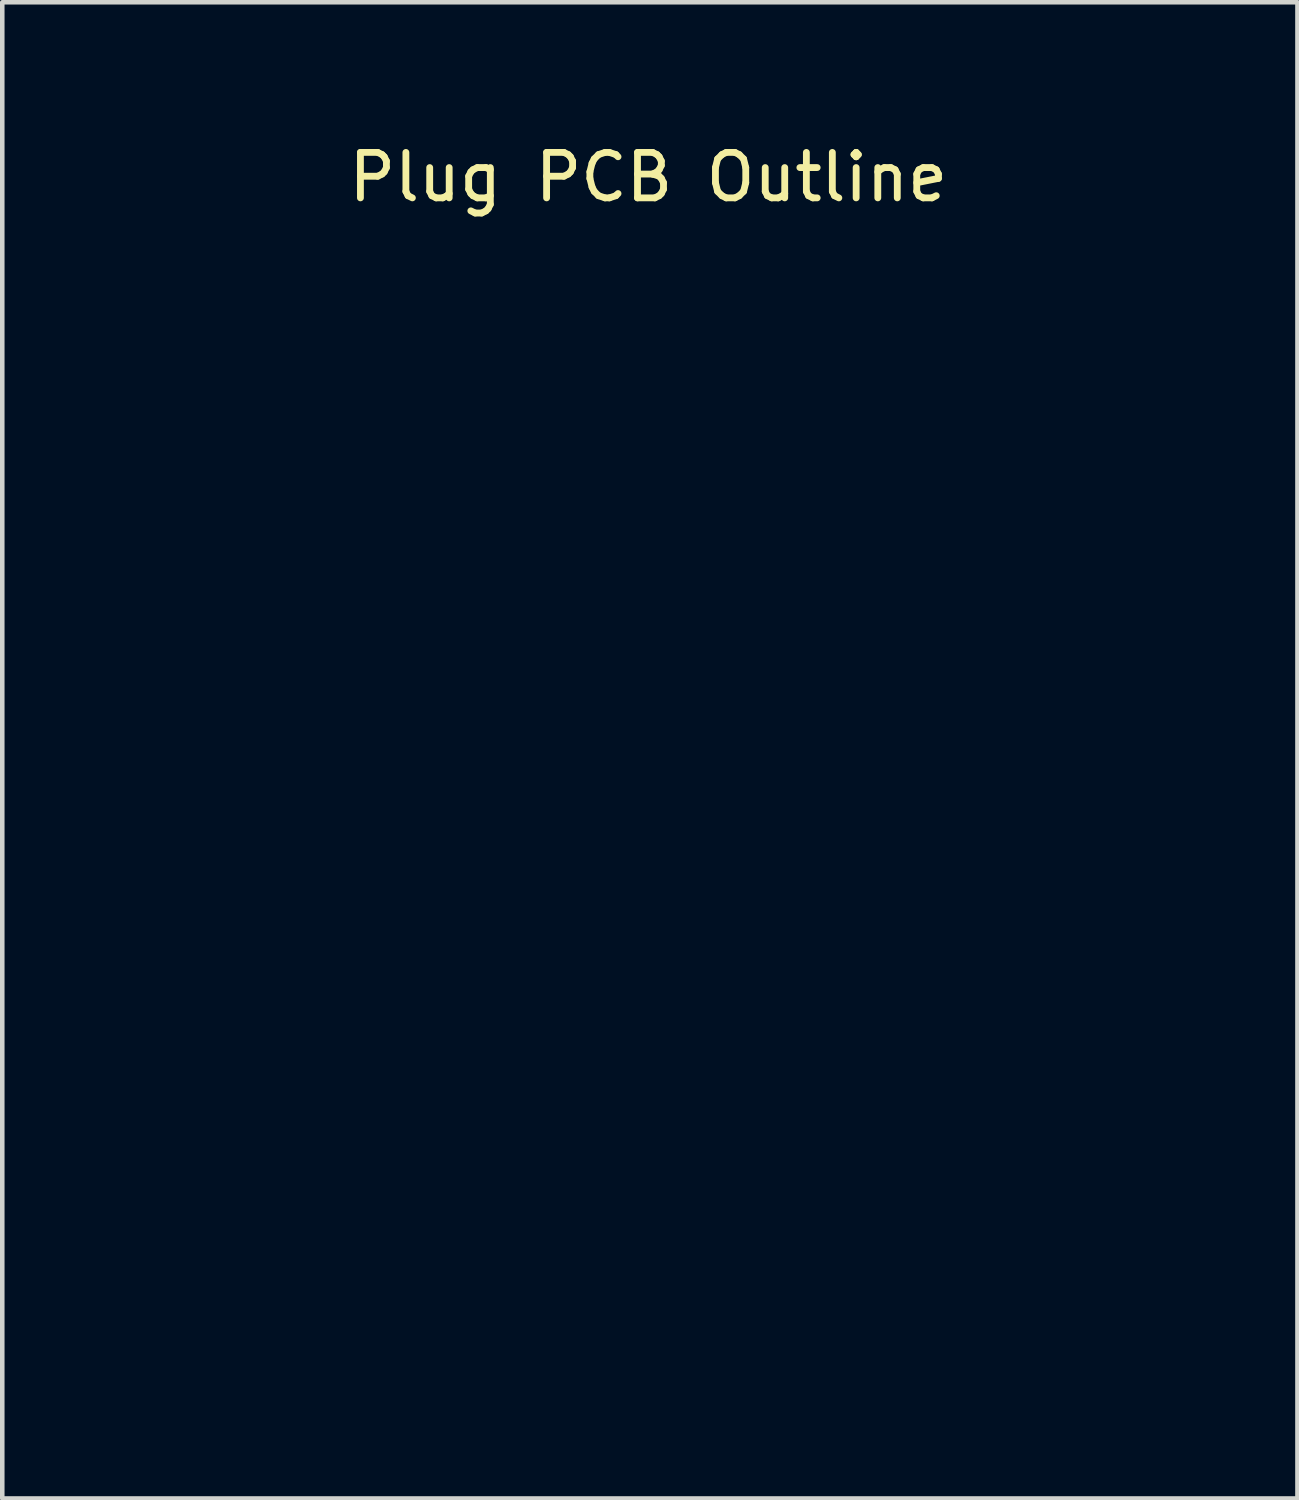
<source format=kicad_pcb>
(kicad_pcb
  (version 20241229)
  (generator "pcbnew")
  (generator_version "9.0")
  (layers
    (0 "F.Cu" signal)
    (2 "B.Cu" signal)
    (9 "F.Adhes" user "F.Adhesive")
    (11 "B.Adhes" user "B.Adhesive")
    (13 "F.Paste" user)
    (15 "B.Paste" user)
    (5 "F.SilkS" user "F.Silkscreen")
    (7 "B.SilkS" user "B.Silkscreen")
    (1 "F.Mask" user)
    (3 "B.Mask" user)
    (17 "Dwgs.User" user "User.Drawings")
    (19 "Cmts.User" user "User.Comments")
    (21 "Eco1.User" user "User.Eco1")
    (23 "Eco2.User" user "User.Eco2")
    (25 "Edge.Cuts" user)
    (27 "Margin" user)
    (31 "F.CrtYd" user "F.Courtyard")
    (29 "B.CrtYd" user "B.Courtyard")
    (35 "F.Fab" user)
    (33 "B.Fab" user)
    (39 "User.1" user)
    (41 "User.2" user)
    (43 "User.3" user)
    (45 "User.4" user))
  (footprint "Plug PCB Outline"
    (layer "F.Cu")
    (at 11.237 14.798)
    (property "Reference" "Plug PCB Outline" (at -0.025 -13.95 0) (unlocked yes) (layer "F.SilkS") (effects (font (size 1 1) (thickness 0.15))))
    (attr smd)
    (fp_poly (pts (xy 9.26 -12.03) (xy 9.464 -11.977) (xy 9.669 -11.906) (xy 9.869 -11.819) (xy 10.055 -11.72) (xy 10.198 -11.627) (xy 10.279 -11.565) (xy 10.369 -11.487) (xy 10.463 -11.399) (xy 10.555 -11.306) (xy 10.641 -11.213) (xy 10.714 -11.127) (xy 10.765 -11.059) (xy 10.9 -10.843) (xy 11.009 -10.626) (xy 11.094 -10.403) (xy 11.155 -10.171) (xy 11.186 -9.99) (xy 11.188 -9.979) (xy 11.189 -9.964) (xy 11.19 -9.944) (xy 11.191 -9.919) (xy 11.192 -9.888) (xy 11.193 -9.851) (xy 11.194 -9.808) (xy 11.195 -9.757) (xy 11.196 -9.698) (xy 11.197 -9.631) (xy 11.198 -9.554) (xy 11.199 -9.468) (xy 11.199 -9.372) (xy 11.2 -9.265) (xy 11.2 -9.147) (xy 11.201 -9.017) (xy 11.201 -8.874) (xy 11.202 -8.718) (xy 11.202 -8.549) (xy 11.203 -8.366) (xy 11.203 -8.167) (xy 11.203 -7.954) (xy 11.204 -7.725) (xy 11.204 -7.479) (xy 11.204 -7.216) (xy 11.204 -6.936) (xy 11.204 -6.637) (xy 11.205 -6.32) (xy 11.205 -5.984) (xy 11.205 -5.628) (xy 11.205 -5.251) (xy 11.205 -4.853) (xy 11.205 -4.434) (xy 11.205 -3.993) (xy 11.205 -3.529) (xy 11.204 -3.042) (xy 11.204 -2.531) (xy 11.204 -1.995) (xy 11.204 -1.435) (xy 11.204 -0.849) (xy 11.204 -0.237) (xy 11.203 0.054) (xy 11.203 0.673) (xy 11.203 1.266) (xy 11.203 1.833) (xy 11.203 2.374) (xy 11.202 2.892) (xy 11.202 3.385) (xy 11.202 3.855) (xy 11.202 4.302) (xy 11.202 4.726) (xy 11.201 5.129) (xy 11.201 5.511) (xy 11.201 5.873) (xy 11.201 6.214) (xy 11.2 6.536) (xy 11.2 6.839) (xy 11.2 7.124) (xy 11.199 7.392) (xy 11.199 7.642) (xy 11.199 7.876) (xy 11.198 8.094) (xy 11.198 8.297) (xy 11.197 8.485) (xy 11.197 8.658) (xy 11.196 8.819) (xy 11.196 8.966) (xy 11.195 9.101) (xy 11.195 9.223) (xy 11.194 9.335) (xy 11.193 9.436) (xy 11.193 9.527) (xy 11.192 9.608) (xy 11.191 9.681) (xy 11.19 9.745) (xy 11.189 9.801) (xy 11.188 9.85) (xy 11.187 9.893) (xy 11.186 9.929) (xy 11.185 9.96) (xy 11.184 9.986) (xy 11.183 10.008) (xy 11.181 10.026) (xy 11.18 10.041) (xy 11.179 10.054) (xy 11.177 10.064) (xy 11.176 10.073) (xy 11.175 10.077) (xy 11.126 10.284) (xy 11.06 10.488) (xy 10.98 10.683) (xy 10.889 10.86) (xy 10.87 10.893) (xy 10.796 11.009) (xy 10.723 11.112) (xy 10.644 11.21) (xy 10.552 11.31) (xy 10.488 11.375) (xy 10.311 11.536) (xy 10.127 11.674) (xy 9.932 11.791) (xy 9.723 11.889) (xy 9.497 11.969) (xy 9.26 12.031) (xy 9.128 12.06) (xy -0.646 12.063) (xy -1.261 12.063) (xy -1.849 12.064) (xy -2.412 12.064) (xy -2.95 12.064) (xy -3.463 12.064) (xy -3.952 12.064) (xy -4.417 12.064) (xy -4.86 12.064) (xy -5.281 12.064) (xy -5.68 12.064) (xy -6.057 12.065) (xy -6.415 12.065) (xy -6.752 12.064) (xy -7.07 12.064) (xy -7.369 12.064) (xy -7.651 12.064) (xy -7.914 12.064) (xy -8.161 12.064) (xy -8.391 12.064) (xy -8.605 12.063) (xy -8.804 12.063) (xy -8.988 12.063) (xy -9.158 12.062) (xy -9.315 12.062) (xy -9.459 12.062) (xy -9.59 12.061) (xy -9.71 12.061) (xy -9.818 12.06) (xy -9.916 12.059) (xy -10.004 12.059) (xy -10.082 12.058) (xy -10.151 12.057) (xy -10.213 12.056) (xy -10.266 12.056) (xy -10.312 12.055) (xy -10.352 12.054) (xy -10.386 12.053) (xy -10.415 12.051) (xy -10.438 12.05) (xy -10.458 12.049) (xy -10.474 12.048) (xy -10.487 12.046) (xy -10.497 12.045) (xy -10.505 12.043) (xy -10.513 12.042) (xy -10.518 12.04) (xy -10.65 11.994) (xy -10.776 11.926) (xy -10.892 11.84) (xy -10.991 11.741) (xy -11.052 11.659) (xy -11.082 11.606) (xy -11.114 11.541) (xy -11.142 11.477) (xy -11.144 11.47) (xy -11.186 11.361) (xy -11.186 8.704) (xy -10.077 8.704) (xy -9.7 8.704) (xy -9.7 7.964) (xy -3.982 7.964) (xy -3.982 8.096) (xy -3.982 8.221) (xy -3.981 8.335) (xy -3.98 8.437) (xy -3.979 8.524) (xy -3.977 8.592) (xy -3.976 8.639) (xy -3.974 8.662) (xy -3.974 8.662) (xy -3.965 8.704) (xy -3.787 8.704) (xy 1.52 8.704) (xy 1.707 8.704) (xy 1.783 8.704) (xy 1.836 8.702) (xy 1.871 8.699) (xy 1.891 8.694) (xy 1.901 8.686) (xy 1.902 8.683) (xy 1.904 8.666) (xy 1.905 8.624) (xy 1.907 8.561) (xy 1.908 8.479) (xy 1.909 8.38) (xy 1.91 8.267) (xy 1.91 8.143) (xy 1.91 8.011) (xy 1.91 7.964) (xy 1.91 7.829) (xy 1.91 7.702) (xy 1.909 7.585) (xy 1.908 7.482) (xy 1.907 7.393) (xy 1.906 7.324) (xy 1.904 7.274) (xy 1.903 7.249) (xy 1.902 7.246) (xy 1.895 7.237) (xy 1.879 7.231) (xy 1.85 7.227) (xy 1.804 7.225) (xy 1.736 7.225) (xy 1.707 7.224) (xy 1.52 7.224) (xy 1.52 8.704) (xy -3.787 8.704) (xy -3.713 8.704) (xy -3.661 8.702) (xy -3.628 8.699) (xy -3.61 8.693) (xy -3.601 8.685) (xy -3.6 8.683) (xy -3.599 8.666) (xy -3.597 8.624) (xy -3.596 8.561) (xy -3.595 8.479) (xy -3.594 8.38) (xy -3.593 8.267) (xy -3.592 8.143) (xy -3.592 8.011) (xy -3.592 7.964) (xy -3.592 7.829) (xy -3.593 7.702) (xy -3.593 7.585) (xy -3.594 7.482) (xy -3.595 7.393) (xy -3.597 7.324) (xy -3.598 7.274) (xy -3.6 7.249) (xy -3.6 7.246) (xy -3.607 7.237) (xy -3.624 7.231) (xy -3.654 7.227) (xy -3.701 7.225) (xy -3.771 7.224) (xy -3.787 7.224) (xy -3.965 7.224) (xy -3.974 7.267) (xy -3.975 7.288) (xy -3.977 7.334) (xy -3.978 7.401) (xy -3.98 7.486) (xy -3.981 7.587) (xy -3.982 7.702) (xy -3.982 7.826) (xy -3.982 7.957) (xy -3.982 7.964) (xy -9.7 7.964) (xy -9.7 7.224) (xy -10.077 7.224) (xy -10.077 8.704) (xy -11.186 8.704) (xy -11.186 6.424) (xy -11.187 5.984) (xy -11.187 5.965) (xy -7.682 5.965) (xy -7.682 6.103) (xy -7.681 6.232) (xy -7.681 6.351) (xy -7.68 6.457) (xy -7.678 6.547) (xy -7.677 6.619) (xy -7.675 6.671) (xy -7.674 6.699) (xy -7.673 6.704) (xy -7.657 6.708) (xy -7.619 6.71) (xy -7.565 6.712) (xy -7.5 6.713) (xy -7.486 6.713) (xy -2.179 6.713) (xy -2.015 6.713) (xy -1.948 6.712) (xy -1.889 6.711) (xy -1.844 6.708) (xy -1.82 6.705) (xy -1.789 6.697) (xy -1.789 5.973) (xy -1.789 5.807) (xy -1.79 5.667) (xy -1.791 5.55) (xy -1.792 5.454) (xy -1.793 5.379) (xy -1.795 5.321) (xy -1.798 5.28) (xy -1.801 5.254) (xy -1.804 5.24) (xy -1.806 5.238) (xy -1.828 5.232) (xy -1.87 5.227) (xy -1.925 5.224) (xy -1.985 5.221) (xy -2.044 5.221) (xy -2.096 5.222) (xy -2.131 5.226) (xy -2.132 5.226) (xy -2.179 5.235) (xy -2.179 6.713) (xy -7.486 6.713) (xy -7.414 6.713) (xy -7.364 6.712) (xy -7.333 6.709) (xy -7.314 6.704) (xy -7.305 6.696) (xy -7.301 6.685) (xy -7.3 6.683) (xy -7.298 6.662) (xy -7.296 6.617) (xy -7.295 6.552) (xy -7.294 6.47) (xy -7.293 6.374) (xy -7.292 6.268) (xy -7.292 6.153) (xy -7.292 6.033) (xy -7.292 5.912) (xy -7.293 5.792) (xy -7.294 5.677) (xy -7.295 5.569) (xy -7.296 5.472) (xy -7.298 5.388) (xy -7.3 5.321) (xy -7.302 5.274) (xy -7.304 5.25) (xy -7.305 5.247) (xy -7.323 5.238) (xy -7.362 5.231) (xy -7.415 5.225) (xy -7.475 5.221) (xy -7.536 5.219) (xy -7.592 5.221) (xy -7.635 5.226) (xy -7.682 5.235) (xy -7.682 5.965) (xy -11.187 5.965) (xy -11.187 5.57) (xy -11.187 5.18) (xy -11.187 4.815) (xy -11.186 4.474) (xy -11.186 4.154) (xy -11.186 3.856) (xy -11.186 3.791) (xy 4.427 3.791) (xy 4.436 3.9) (xy 4.454 3.971) (xy 4.476 4.03) (xy 4.502 4.076) (xy 4.539 4.122) (xy 4.56 4.144) (xy 4.629 4.207) (xy 4.697 4.25) (xy 4.773 4.279) (xy 4.835 4.293) (xy 4.924 4.31) (xy 4.921 5.084) (xy 4.917 5.859) (xy 4.841 5.868) (xy 4.745 5.893) (xy 4.653 5.939) (xy 4.57 6.003) (xy 4.502 6.08) (xy 4.466 6.143) (xy 4.438 6.232) (xy 4.427 6.332) (xy 4.435 6.436) (xy 4.453 6.512) (xy 4.475 6.57) (xy 4.502 6.617) (xy 4.54 6.664) (xy 4.559 6.684) (xy 4.643 6.757) (xy 4.728 6.806) (xy 4.812 6.829) (xy 4.854 6.835) (xy 4.89 6.842) (xy 4.894 6.842) (xy 4.924 6.848) (xy 4.924 7.775) (xy 4.924 7.956) (xy 4.924 8.112) (xy 4.924 8.244) (xy 4.925 8.356) (xy 4.926 8.447) (xy 4.926 8.522) (xy 4.928 8.58) (xy 4.929 8.625) (xy 4.932 8.658) (xy 4.934 8.681) (xy 4.937 8.695) (xy 4.941 8.704) (xy 4.945 8.708) (xy 4.947 8.709) (xy 4.968 8.71) (xy 5.013 8.712) (xy 5.078 8.713) (xy 5.162 8.714) (xy 5.261 8.715) (xy 5.372 8.716) (xy 5.493 8.716) (xy 5.622 8.716) (xy 5.754 8.716) (xy 5.887 8.716) (xy 6.019 8.716) (xy 6.147 8.715) (xy 6.267 8.714) (xy 6.377 8.713) (xy 6.475 8.712) (xy 6.556 8.71) (xy 6.619 8.708) (xy 6.661 8.707) (xy 6.679 8.705) (xy 6.713 8.692) (xy 6.713 5.576) (xy 6.793 5.561) (xy 6.906 5.527) (xy 7.005 5.471) (xy 7.085 5.397) (xy 7.147 5.305) (xy 7.188 5.198) (xy 7.197 5.158) (xy 7.203 5.053) (xy 7.184 4.95) (xy 7.145 4.854) (xy 7.086 4.767) (xy 7.012 4.694) (xy 6.924 4.637) (xy 6.825 4.601) (xy 6.783 4.593) (xy 6.713 4.584) (xy 6.713 3.031) (xy 6.783 3.022) (xy 6.876 2.999) (xy 6.967 2.954) (xy 7.05 2.892) (xy 7.118 2.817) (xy 7.155 2.756) (xy 7.188 2.658) (xy 7.201 2.552) (xy 7.192 2.445) (xy 7.163 2.344) (xy 7.138 2.295) (xy 7.073 2.208) (xy 6.988 2.137) (xy 6.89 2.084) (xy 6.793 2.056) (xy 6.713 2.042) (xy 6.713 0.484) (xy 6.763 0.484) (xy 6.838 0.473) (xy 6.919 0.442) (xy 6.998 0.396) (xy 7.069 0.337) (xy 7.09 0.314) (xy 7.149 0.228) (xy 7.186 0.129) (xy 7.201 0.025) (xy 7.195 -0.081) (xy 7.165 -0.184) (xy 7.127 -0.258) (xy 7.056 -0.349) (xy 6.974 -0.417) (xy 6.878 -0.463) (xy 6.797 -0.485) (xy 6.713 -0.501) (xy 6.713 -2.044) (xy 6.744 -2.051) (xy 6.778 -2.057) (xy 6.82 -2.064) (xy 6.824 -2.065) (xy 6.898 -2.088) (xy 6.976 -2.131) (xy 7.048 -2.188) (xy 7.11 -2.255) (xy 7.15 -2.319) (xy 7.19 -2.428) (xy 7.202 -2.539) (xy 7.192 -2.637) (xy 7.158 -2.74) (xy 7.105 -2.831) (xy 7.036 -2.909) (xy 6.953 -2.97) (xy 6.862 -3.01) (xy 6.785 -3.024) (xy 6.713 -3.03) (xy 6.713 -4.584) (xy 6.797 -4.601) (xy 6.89 -4.626) (xy 6.969 -4.666) (xy 7.044 -4.725) (xy 7.049 -4.73) (xy 7.124 -4.816) (xy 7.174 -4.913) (xy 7.199 -5.017) (xy 7.199 -5.127) (xy 7.174 -5.239) (xy 7.151 -5.296) (xy 7.1 -5.379) (xy 7.03 -5.453) (xy 6.947 -5.511) (xy 6.856 -5.551) (xy 6.785 -5.566) (xy 6.713 -5.573) (xy 6.713 -8.701) (xy 6.671 -8.709) (xy 6.65 -8.711) (xy 6.604 -8.712) (xy 6.538 -8.714) (xy 6.454 -8.715) (xy 6.354 -8.716) (xy 6.242 -8.716) (xy 6.12 -8.717) (xy 5.992 -8.717) (xy 5.86 -8.717) (xy 5.727 -8.717) (xy 5.595 -8.717) (xy 5.469 -8.717) (xy 5.35 -8.716) (xy 5.241 -8.715) (xy 5.146 -8.715) (xy 5.066 -8.713) (xy 5.006 -8.712) (xy 4.967 -8.711) (xy 4.954 -8.709) (xy 4.924 -8.701) (xy 4.924 -6.853) (xy 4.846 -6.838) (xy 4.735 -6.805) (xy 4.636 -6.753) (xy 4.552 -6.682) (xy 4.487 -6.597) (xy 4.471 -6.568) (xy 4.453 -6.529) (xy 4.442 -6.494) (xy 4.436 -6.455) (xy 4.433 -6.403) (xy 4.433 -6.357) (xy 4.434 -6.292) (xy 4.437 -6.245) (xy 4.445 -6.208) (xy 4.458 -6.172) (xy 4.471 -6.145) (xy 4.531 -6.05) (xy 4.607 -5.972) (xy 4.697 -5.913) (xy 4.796 -5.877) (xy 4.841 -5.868) (xy 4.917 -5.859) (xy 4.924 -4.308) (xy 4.861 -4.299) (xy 4.749 -4.27) (xy 4.648 -4.219) (xy 4.561 -4.15) (xy 4.493 -4.065) (xy 4.47 -4.025) (xy 4.453 -3.986) (xy 4.442 -3.951) (xy 4.436 -3.912) (xy 4.433 -3.86) (xy 4.433 -3.814) (xy 4.434 -3.749) (xy 4.437 -3.702) (xy 4.445 -3.665) (xy 4.458 -3.63) (xy 4.471 -3.603) (xy 4.532 -3.507) (xy 4.611 -3.428) (xy 4.704 -3.369) (xy 4.808 -3.333) (xy 4.843 -3.326) (xy 4.917 -3.316) (xy 4.917 -1.77) (xy 4.832 -1.753) (xy 4.725 -1.719) (xy 4.629 -1.664) (xy 4.547 -1.592) (xy 4.483 -1.506) (xy 4.453 -1.443) (xy 4.431 -1.354) (xy 4.427 -1.256) (xy 4.44 -1.157) (xy 4.468 -1.068) (xy 4.472 -1.062) (xy 4.528 -0.973) (xy 4.603 -0.897) (xy 4.691 -0.837) (xy 4.787 -0.798) (xy 4.848 -0.786) (xy 4.924 -0.777) (xy 4.921 -0.003) (xy 4.917 0.771) (xy 4.833 0.788) (xy 4.717 0.824) (xy 4.619 0.879) (xy 4.539 0.951) (xy 4.48 1.039) (xy 4.442 1.142) (xy 4.428 1.241) (xy 4.428 1.308) (xy 4.434 1.363) (xy 4.449 1.419) (xy 4.454 1.433) (xy 4.501 1.529) (xy 4.569 1.613) (xy 4.653 1.681) (xy 4.747 1.73) (xy 4.849 1.756) (xy 4.85 1.756) (xy 4.924 1.766) (xy 4.921 2.541) (xy 4.917 3.316) (xy 4.843 3.326) (xy 4.738 3.355) (xy 4.64 3.406) (xy 4.555 3.477) (xy 4.488 3.566) (xy 4.472 3.594) (xy 4.439 3.687) (xy 4.427 3.791) (xy -11.186 3.791) (xy -11.186 3.579) (xy -11.186 3.321) (xy -11.185 3.082) (xy -11.185 2.919) (xy -9.808 2.919) (xy -3.377 2.919) (xy -3.37 2.889) (xy -3.369 2.871) (xy -3.368 2.828) (xy -3.367 2.762) (xy -3.366 2.675) (xy -3.366 2.569) (xy -3.365 2.445) (xy -3.365 2.305) (xy -3.365 2.152) (xy -3.365 1.986) (xy -3.365 1.811) (xy -3.365 1.627) (xy -3.365 1.436) (xy -3.366 1.241) (xy -3.366 1.108) (xy -0.949 1.108) (xy -0.937 1.273) (xy -0.901 1.434) (xy -0.84 1.589) (xy -0.833 1.603) (xy -0.743 1.753) (xy -0.635 1.884) (xy -0.509 1.997) (xy -0.368 2.089) (xy -0.214 2.159) (xy -0.074 2.2) (xy 0.004 2.212) (xy 0.099 2.217) (xy 0.2 2.217) (xy 0.298 2.211) (xy 0.383 2.199) (xy 0.387 2.198) (xy 0.551 2.152) (xy 0.7 2.085) (xy 0.834 1.998) (xy 0.952 1.895) (xy 1.053 1.778) (xy 1.137 1.649) (xy 1.201 1.509) (xy 1.246 1.362) (xy 1.271 1.209) (xy 1.274 1.053) (xy 1.255 0.896) (xy 1.212 0.74) (xy 1.146 0.588) (xy 1.076 0.471) (xy 1.03 0.412) (xy 0.97 0.346) (xy 0.902 0.279) (xy 0.833 0.219) (xy 0.777 0.177) (xy 0.639 0.099) (xy 0.489 0.042) (xy 0.331 0.007) (xy 0.169 -0.006) (xy 0.008 0.004) (xy -0.147 0.038) (xy -0.199 0.055) (xy -0.351 0.123) (xy -0.494 0.212) (xy -0.621 0.318) (xy -0.729 0.438) (xy -0.762 0.484) (xy -0.844 0.628) (xy -0.903 0.782) (xy -0.938 0.943) (xy -0.949 1.108) (xy -3.366 1.108) (xy -3.366 1.043) (xy -3.367 0.844) (xy -3.367 0.646) (xy -3.368 0.45) (xy -3.369 0.259) (xy -3.37 0.073) (xy -3.371 -0.103) (xy -3.372 -0.271) (xy -3.373 -0.426) (xy -3.374 -0.567) (xy -3.375 -0.694) (xy -3.376 -0.803) (xy -3.377 -0.893) (xy -3.378 -0.962) (xy -3.38 -1.008) (xy -3.381 -1.03) (xy -3.381 -1.031) (xy -3.395 -1.032) (xy -3.435 -1.033) (xy -3.499 -1.034) (xy -3.585 -1.035) (xy -3.693 -1.036) (xy -3.82 -1.037) (xy -3.966 -1.038) (xy -4.128 -1.039) (xy -4.306 -1.04) (xy -4.498 -1.041) (xy -4.703 -1.041) (xy -4.919 -1.042) (xy -5.144 -1.043) (xy -5.378 -1.043) (xy -5.619 -1.044) (xy -5.865 -1.045) (xy -6.116 -1.045) (xy -6.369 -1.046) (xy -6.623 -1.046) (xy -6.877 -1.047) (xy -7.129 -1.047) (xy -7.378 -1.047) (xy -7.623 -1.048) (xy -7.861 -1.048) (xy -8.093 -1.048) (xy -8.315 -1.048) (xy -8.527 -1.048) (xy -8.728 -1.048) (xy -8.915 -1.048) (xy -9.088 -1.047) (xy -9.245 -1.047) (xy -9.384 -1.047) (xy -9.505 -1.046) (xy -9.606 -1.046) (xy -9.684 -1.045) (xy -9.74 -1.044) (xy -9.771 -1.043) (xy -9.777 -1.043) (xy -9.808 -1.035) (xy -9.808 2.919) (xy -11.185 2.919) (xy -11.185 2.861) (xy -11.184 2.656) (xy -11.184 2.468) (xy -11.183 2.295) (xy -11.182 2.135) (xy -11.181 1.989) (xy -11.18 1.856) (xy -11.178 1.733) (xy -11.177 1.621) (xy -11.175 1.519) (xy -11.173 1.426) (xy -11.171 1.34) (xy -11.168 1.261) (xy -11.165 1.188) (xy -11.162 1.12) (xy -11.159 1.056) (xy -11.155 0.995) (xy -11.152 0.937) (xy -11.147 0.88) (xy -11.143 0.823) (xy -11.138 0.766) (xy -11.133 0.707) (xy -11.128 0.647) (xy -11.122 0.583) (xy -11.116 0.515) (xy -11.112 0.471) (xy -11.03 -0.284) (xy -10.922 -1.033) (xy -10.789 -1.776) (xy -10.629 -2.513) (xy -10.444 -3.242) (xy -10.234 -3.964) (xy -9.999 -4.677) (xy -9.738 -5.381) (xy -9.602 -5.713) (xy -7.946 -5.713) (xy -7.946 -5.699) (xy -7.941 -5.664) (xy -7.933 -5.614) (xy -7.925 -5.562) (xy -7.848 -5.194) (xy -7.748 -4.84) (xy -7.624 -4.498) (xy -7.476 -4.168) (xy -7.304 -3.85) (xy -7.108 -3.542) (xy -6.886 -3.245) (xy -6.829 -3.175) (xy -6.777 -3.114) (xy -6.714 -3.045) (xy -6.644 -2.971) (xy -6.568 -2.894) (xy -6.49 -2.816) (xy -6.411 -2.74) (xy -6.334 -2.667) (xy -6.261 -2.6) (xy -6.194 -2.541) (xy -6.137 -2.493) (xy -6.09 -2.457) (xy -6.058 -2.435) (xy -6.041 -2.431) (xy -6.04 -2.432) (xy -6.029 -2.446) (xy -6.005 -2.477) (xy -5.972 -2.519) (xy -5.942 -2.558) (xy -5.906 -2.606) (xy -5.876 -2.647) (xy -5.858 -2.675) (xy -5.853 -2.686) (xy -5.854 -2.687) (xy -0.16 -2.687) (xy 0.044 -2.423) (xy 0.18 -2.533) (xy 0.232 -2.578) (xy 0.298 -2.637) (xy 0.372 -2.705) (xy 0.448 -2.776) (xy 0.52 -2.847) (xy 0.525 -2.852) (xy 0.775 -3.12) (xy 1.004 -3.403) (xy 1.209 -3.7) (xy 1.393 -4.01) (xy 1.552 -4.333) (xy 1.688 -4.666) (xy 1.799 -5.009) (xy 1.885 -5.361) (xy 1.928 -5.599) (xy 1.947 -5.715) (xy 1.905 -5.723) (xy 1.851 -5.731) (xy 1.792 -5.74) (xy 1.733 -5.747) (xy 1.681 -5.752) (xy 1.641 -5.755) (xy 1.621 -5.755) (xy 1.619 -5.754) (xy 1.615 -5.739) (xy 1.607 -5.703) (xy 1.598 -5.654) (xy 1.594 -5.628) (xy 1.528 -5.304) (xy 1.438 -4.98) (xy 1.323 -4.66) (xy 1.186 -4.348) (xy 1.029 -4.048) (xy 0.924 -3.875) (xy 0.788 -3.673) (xy 0.635 -3.472) (xy 0.469 -3.275) (xy 0.295 -3.089) (xy 0.118 -2.918) (xy -0.058 -2.768) (xy -0.063 -2.764) (xy -0.16 -2.687) (xy -5.854 -2.687) (xy -5.863 -2.699) (xy -5.89 -2.723) (xy -5.929 -2.755) (xy -5.95 -2.771) (xy -6.001 -2.813) (xy -6.066 -2.872) (xy -6.142 -2.943) (xy -6.224 -3.023) (xy -6.31 -3.109) (xy -6.395 -3.196) (xy -6.476 -3.281) (xy -6.549 -3.361) (xy -6.611 -3.431) (xy -6.655 -3.485) (xy -6.85 -3.755) (xy -5.391 -3.755) (xy -5.372 -3.663) (xy -5.332 -3.575) (xy -5.272 -3.496) (xy -5.264 -3.489) (xy -5.189 -3.434) (xy -5.101 -3.4) (xy -5.007 -3.389) (xy -4.911 -3.402) (xy -4.836 -3.429) (xy -4.749 -3.482) (xy -4.684 -3.548) (xy -4.642 -3.629) (xy -4.62 -3.727) (xy -4.617 -3.755) (xy -4.615 -3.809) (xy -3.389 -3.809) (xy -3.385 -3.719) (xy -3.361 -3.632) (xy -3.319 -3.552) (xy -3.259 -3.483) (xy -3.183 -3.429) (xy -3.138 -3.409) (xy -3.086 -3.397) (xy -3.019 -3.394) (xy -2.949 -3.397) (xy -2.884 -3.408) (xy -2.839 -3.423) (xy -2.75 -3.481) (xy -2.683 -3.552) (xy -2.657 -3.594) (xy -2.635 -3.638) (xy -2.623 -3.678) (xy -2.618 -3.725) (xy -2.618 -3.767) (xy -2.619 -3.786) (xy -1.394 -3.786) (xy -1.383 -3.691) (xy -1.348 -3.6) (xy -1.294 -3.522) (xy -1.215 -3.454) (xy -1.126 -3.409) (xy -1.03 -3.39) (xy -0.93 -3.396) (xy -0.87 -3.412) (xy -0.808 -3.443) (xy -0.745 -3.491) (xy -0.689 -3.548) (xy -0.65 -3.606) (xy -0.649 -3.609) (xy -0.619 -3.703) (xy -0.613 -3.798) (xy -0.631 -3.892) (xy -0.671 -3.979) (xy -0.731 -4.055) (xy -0.81 -4.116) (xy -0.819 -4.121) (xy -0.906 -4.155) (xy -0.999 -4.166) (xy -1.091 -4.155) (xy -1.18 -4.123) (xy -1.258 -4.071) (xy -1.322 -4.002) (xy -1.339 -3.976) (xy -1.379 -3.883) (xy -1.394 -3.786) (xy -2.619 -3.786) (xy -2.628 -3.87) (xy -2.659 -3.959) (xy -2.713 -4.036) (xy -2.74 -4.064) (xy -2.801 -4.112) (xy -2.861 -4.143) (xy -2.93 -4.158) (xy -3 -4.162) (xy -3.092 -4.155) (xy -3.172 -4.129) (xy -3.246 -4.08) (xy -3.276 -4.053) (xy -3.336 -3.98) (xy -3.373 -3.897) (xy -3.389 -3.809) (xy -4.615 -3.809) (xy -4.615 -3.813) (xy -4.619 -3.856) (xy -4.629 -3.894) (xy -4.645 -3.93) (xy -4.699 -4.019) (xy -4.768 -4.087) (xy -4.847 -4.135) (xy -4.934 -4.161) (xy -5.025 -4.166) (xy -5.116 -4.149) (xy -5.203 -4.109) (xy -5.282 -4.047) (xy -5.314 -4.013) (xy -5.362 -3.934) (xy -5.387 -3.847) (xy -5.391 -3.755) (xy -6.85 -3.755) (xy -6.867 -3.779) (xy -7.055 -4.083) (xy -7.217 -4.396) (xy -7.355 -4.717) (xy -7.467 -5.046) (xy -7.553 -5.382) (xy -7.591 -5.58) (xy -7.603 -5.648) (xy -7.616 -5.704) (xy -7.626 -5.742) (xy -7.635 -5.758) (xy -7.636 -5.758) (xy -7.656 -5.756) (xy -7.695 -5.751) (xy -7.745 -5.745) (xy -7.801 -5.737) (xy -7.856 -5.729) (xy -7.902 -5.721) (xy -7.935 -5.716) (xy -7.946 -5.713) (xy -9.602 -5.713) (xy -9.577 -5.773) (xy -6.389 -5.773) (xy -6.381 -5.689) (xy -6.359 -5.615) (xy -6.353 -5.603) (xy -6.323 -5.558) (xy -6.279 -5.507) (xy -6.23 -5.461) (xy -6.184 -5.427) (xy -6.176 -5.422) (xy -6.105 -5.398) (xy -6.021 -5.39) (xy -5.932 -5.398) (xy -5.846 -5.424) (xy -5.83 -5.431) (xy -5.749 -5.483) (xy -5.682 -5.557) (xy -5.648 -5.614) (xy -5.627 -5.678) (xy -5.618 -5.755) (xy -5.62 -5.823) (xy -4.393 -5.823) (xy -4.393 -5.751) (xy -4.375 -5.67) (xy -4.343 -5.592) (xy -4.318 -5.548) (xy -4.272 -5.497) (xy -4.214 -5.45) (xy -4.153 -5.416) (xy -4.105 -5.401) (xy -4.069 -5.394) (xy -4.045 -5.388) (xy -4.043 -5.388) (xy -4.012 -5.385) (xy -3.964 -5.39) (xy -3.911 -5.402) (xy -3.859 -5.418) (xy -3.831 -5.43) (xy -3.745 -5.487) (xy -3.68 -5.558) (xy -3.636 -5.639) (xy -3.613 -5.727) (xy -3.613 -5.787) (xy -2.385 -5.787) (xy -2.375 -5.679) (xy -2.342 -5.587) (xy -2.286 -5.509) (xy -2.209 -5.447) (xy -2.2 -5.441) (xy -2.115 -5.405) (xy -2.022 -5.39) (xy -1.93 -5.395) (xy -1.845 -5.421) (xy -1.839 -5.424) (xy -1.752 -5.481) (xy -1.685 -5.553) (xy -1.639 -5.638) (xy -1.616 -5.731) (xy -1.615 -5.768) (xy -1.616 -5.778) (xy -0.383 -5.778) (xy -0.381 -5.704) (xy -0.372 -5.648) (xy -0.352 -5.6) (xy -0.319 -5.553) (xy -0.286 -5.514) (xy -0.21 -5.449) (xy -0.123 -5.407) (xy -0.028 -5.389) (xy 0.069 -5.395) (xy 0.156 -5.422) (xy 0.232 -5.467) (xy 0.3 -5.531) (xy 0.35 -5.606) (xy 0.375 -5.678) (xy 0.385 -5.762) (xy 0.379 -5.848) (xy 0.359 -5.925) (xy 0.355 -5.934) (xy 0.302 -6.02) (xy 0.233 -6.088) (xy 0.153 -6.135) (xy 0.064 -6.161) (xy -0.028 -6.165) (xy -0.12 -6.147) (xy -0.209 -6.105) (xy -0.262 -6.065) (xy -0.317 -6.011) (xy -0.353 -5.957) (xy -0.374 -5.897) (xy -0.382 -5.822) (xy -0.383 -5.778) (xy -1.616 -5.778) (xy -1.626 -5.869) (xy -1.659 -5.958) (xy -1.71 -6.033) (xy -1.775 -6.093) (xy -1.852 -6.136) (xy -1.937 -6.16) (xy -2.027 -6.164) (xy -2.118 -6.147) (xy -2.207 -6.108) (xy -2.268 -6.064) (xy -2.297 -6.032) (xy -2.329 -5.988) (xy -2.347 -5.959) (xy -2.368 -5.916) (xy -2.379 -5.876) (xy -2.384 -5.828) (xy -2.385 -5.787) (xy -3.613 -5.787) (xy -3.613 -5.818) (xy -3.636 -5.909) (xy -3.684 -5.995) (xy -3.716 -6.034) (xy -3.785 -6.099) (xy -3.855 -6.141) (xy -3.932 -6.162) (xy -3.995 -6.166) (xy -4.096 -6.153) (xy -4.188 -6.117) (xy -4.267 -6.061) (xy -4.33 -5.988) (xy -4.374 -5.9) (xy -4.393 -5.823) (xy -5.62 -5.823) (xy -5.621 -5.836) (xy -5.637 -5.91) (xy -5.646 -5.934) (xy -5.7 -6.023) (xy -5.773 -6.093) (xy -5.834 -6.129) (xy -5.924 -6.16) (xy -6.018 -6.166) (xy -6.111 -6.15) (xy -6.197 -6.113) (xy -6.273 -6.057) (xy -6.334 -5.984) (xy -6.363 -5.93) (xy -6.384 -5.857) (xy -6.389 -5.773) (xy -9.577 -5.773) (xy -9.453 -6.076) (xy -9.144 -6.76) (xy -8.81 -7.434) (xy -8.618 -7.789) (xy -5.891 -7.789) (xy -5.88 -7.689) (xy -5.874 -7.665) (xy -5.84 -7.589) (xy -5.787 -7.517) (xy -5.721 -7.457) (xy -5.65 -7.415) (xy -5.646 -7.413) (xy -5.566 -7.393) (xy -5.477 -7.39) (xy -5.392 -7.405) (xy -5.339 -7.426) (xy -5.266 -7.473) (xy -5.201 -7.535) (xy -5.152 -7.602) (xy -5.148 -7.608) (xy -5.132 -7.645) (xy -5.123 -7.688) (xy -5.12 -7.745) (xy -5.119 -7.769) (xy -5.12 -7.783) (xy -3.887 -7.783) (xy -3.876 -7.682) (xy -3.842 -7.592) (xy -3.791 -7.515) (xy -3.724 -7.455) (xy -3.644 -7.412) (xy -3.556 -7.39) (xy -3.462 -7.391) (xy -3.373 -7.413) (xy -3.283 -7.459) (xy -3.211 -7.523) (xy -3.159 -7.598) (xy -3.126 -7.683) (xy -3.114 -7.773) (xy -3.115 -7.784) (xy -0.888 -7.784) (xy -0.876 -7.682) (xy -0.842 -7.591) (xy -0.79 -7.515) (xy -0.723 -7.454) (xy -0.644 -7.412) (xy -0.555 -7.39) (xy -0.461 -7.391) (xy -0.372 -7.413) (xy -0.279 -7.461) (xy -0.205 -7.526) (xy -0.153 -7.605) (xy -0.123 -7.698) (xy -0.117 -7.769) (xy -0.129 -7.873) (xy -0.165 -7.967) (xy -0.223 -8.048) (xy -0.302 -8.114) (xy -0.33 -8.13) (xy -0.388 -8.15) (xy -0.461 -8.16) (xy -0.538 -8.16) (xy -0.612 -8.149) (xy -0.669 -8.129) (xy -0.759 -8.069) (xy -0.826 -7.997) (xy -0.868 -7.913) (xy -0.887 -7.817) (xy -0.888 -7.784) (xy -3.115 -7.784) (xy -3.124 -7.864) (xy -3.156 -7.952) (xy -3.212 -8.035) (xy -3.226 -8.05) (xy -3.283 -8.102) (xy -3.339 -8.135) (xy -3.403 -8.153) (xy -3.482 -8.159) (xy -3.498 -8.159) (xy -3.56 -8.158) (xy -3.604 -8.153) (xy -3.641 -8.142) (xy -3.681 -8.123) (xy -3.766 -8.065) (xy -3.83 -7.991) (xy -3.87 -7.904) (xy -3.887 -7.804) (xy -3.887 -7.783) (xy -5.12 -7.783) (xy -5.126 -7.863) (xy -5.149 -7.941) (xy -5.191 -8.011) (xy -5.239 -8.064) (xy -5.313 -8.121) (xy -5.395 -8.154) (xy -5.488 -8.165) (xy -5.528 -8.163) (xy -5.628 -8.144) (xy -5.715 -8.103) (xy -5.787 -8.044) (xy -5.842 -7.969) (xy -5.877 -7.883) (xy -5.891 -7.789) (xy -8.618 -7.789) (xy -8.452 -8.096) (xy -8.071 -8.747) (xy -7.666 -9.384) (xy -7.237 -10.009) (xy -7.121 -10.171) (xy -6.997 -10.34) (xy -6.874 -10.505) (xy -6.752 -10.664) (xy -6.635 -10.815) (xy -6.522 -10.955) (xy -6.425 -11.075) (xy -4.749 -11.075) (xy -4.749 -10.967) (xy -4.748 -10.867) (xy -4.747 -10.779) (xy -4.745 -10.705) (xy -4.744 -10.648) (xy -4.742 -10.614) (xy -4.741 -10.605) (xy -4.732 -10.574) (xy -1.265 -10.574) (xy -1.265 -11.54) (xy -1.307 -11.548) (xy -1.326 -11.549) (xy -1.37 -11.55) (xy -1.437 -11.551) (xy -1.526 -11.552) (xy -1.636 -11.553) (xy -1.764 -11.554) (xy -1.909 -11.554) (xy -2.069 -11.555) (xy -2.243 -11.556) (xy -2.429 -11.556) (xy -2.625 -11.556) (xy -2.829 -11.556) (xy -3.028 -11.556) (xy -3.278 -11.556) (xy -3.501 -11.556) (xy -3.701 -11.556) (xy -3.877 -11.556) (xy -4.033 -11.555) (xy -4.168 -11.555) (xy -4.284 -11.554) (xy -4.384 -11.553) (xy -4.467 -11.552) (xy -4.536 -11.551) (xy -4.592 -11.55) (xy -4.636 -11.548) (xy -4.669 -11.546) (xy -4.694 -11.544) (xy -4.711 -11.541) (xy -4.722 -11.539) (xy -4.728 -11.536) (xy -4.728 -11.535) (xy -4.734 -11.526) (xy -4.739 -11.511) (xy -4.742 -11.486) (xy -4.745 -11.45) (xy -4.747 -11.399) (xy -4.748 -11.33) (xy -4.749 -11.241) (xy -4.749 -11.129) (xy -4.749 -11.075) (xy -6.425 -11.075) (xy -6.417 -11.084) (xy -6.322 -11.197) (xy -6.236 -11.294) (xy -6.164 -11.371) (xy -6.132 -11.403) (xy -5.945 -11.567) (xy -5.744 -11.708) (xy -5.529 -11.828) (xy -5.299 -11.926) (xy -5.052 -12.003) (xy -4.91 -12.037) (xy -4.901 -12.039) (xy -4.89 -12.04) (xy -4.877 -12.042) (xy -4.861 -12.043) (xy -4.842 -12.045) (xy -4.818 -12.046) (xy -4.789 -12.047) (xy -4.754 -12.049) (xy -4.713 -12.05) (xy -4.665 -12.051) (xy -4.609 -12.052) (xy -4.545 -12.053) (xy -4.472 -12.054) (xy -4.388 -12.054) (xy -4.294 -12.055) (xy -4.189 -12.056) (xy -4.072 -12.057) (xy -3.942 -12.057) (xy -3.799 -12.058) (xy -3.642 -12.058) (xy -3.471 -12.059) (xy -3.283 -12.059) (xy -3.08 -12.059) (xy -2.86 -12.06) (xy -2.623 -12.06) (xy -2.367 -12.06) (xy -2.092 -12.06) (xy -1.798 -12.06) (xy -1.484 -12.061) (xy -1.149 -12.061) (xy -0.792 -12.061) (xy -0.413 -12.061) (xy -0.01 -12.061) (xy 0.416 -12.061) (xy 0.866 -12.061) (xy 1.342 -12.061) (xy 1.843 -12.061) (xy 2.159 -12.061) (xy 9.115 -12.061)) (stroke (width 0.1) (type solid)) (fill no) (layer "Eco1.User")))
  (gr_rect
    (start -3 -3)
    (end 25.491 29.913)
    (stroke (width 0.1) (type default))
    (fill no)
    (layer "Edge.Cuts")))
</source>
